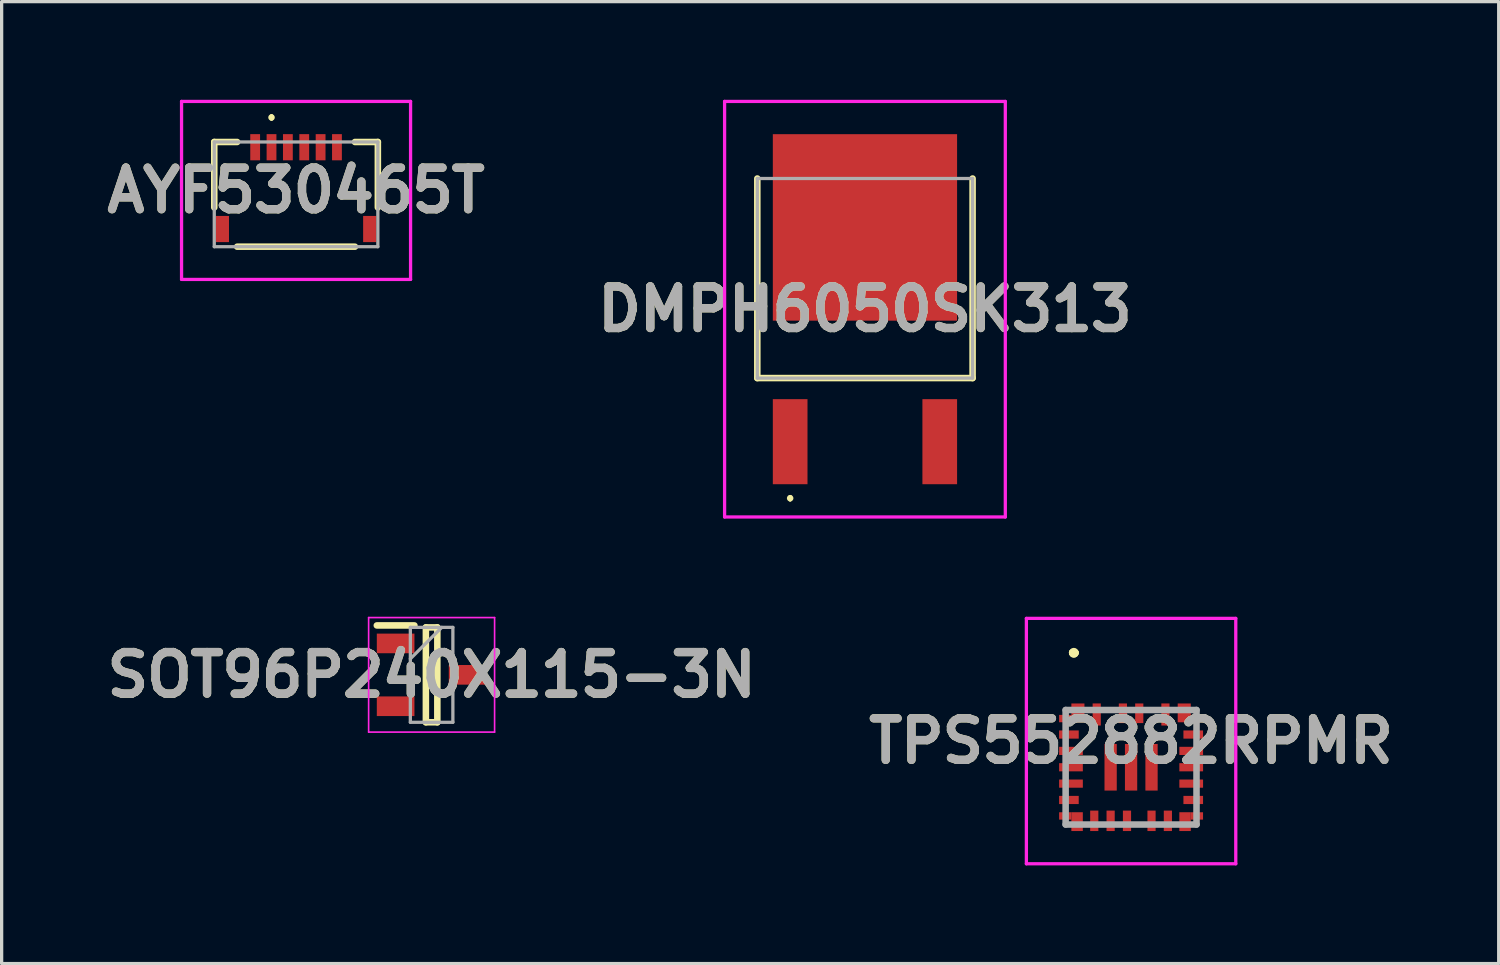
<source format=kicad_pcb>
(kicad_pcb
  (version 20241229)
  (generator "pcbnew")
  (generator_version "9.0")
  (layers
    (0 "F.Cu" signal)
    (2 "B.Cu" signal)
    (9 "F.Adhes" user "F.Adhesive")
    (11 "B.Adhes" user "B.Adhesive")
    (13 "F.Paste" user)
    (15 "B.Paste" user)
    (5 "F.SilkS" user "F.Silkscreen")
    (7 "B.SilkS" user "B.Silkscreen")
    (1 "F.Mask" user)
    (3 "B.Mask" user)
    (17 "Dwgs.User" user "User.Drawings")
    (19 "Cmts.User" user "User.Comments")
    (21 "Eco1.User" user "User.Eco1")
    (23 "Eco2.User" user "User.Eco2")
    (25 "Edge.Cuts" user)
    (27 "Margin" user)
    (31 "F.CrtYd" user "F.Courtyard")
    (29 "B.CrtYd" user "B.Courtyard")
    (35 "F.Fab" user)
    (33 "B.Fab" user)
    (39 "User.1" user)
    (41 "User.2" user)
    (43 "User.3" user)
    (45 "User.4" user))
  (footprint "AYF530465T"
    (layer "F.Cu")
    (at 5.999 2.89)
    (property "Reference" "AYF530465T" (at 0 -0.12 0) (layer "F.SilkS") (effects (font (size 1.27 1.27) (thickness 0.254))))
    (attr smd)
    (fp_line (start -2.5 -1.6) (end -2.5 0.4) (stroke (width 0.2) (type solid)) (layer "F.SilkS"))
    (fp_line (start -1.8 -1.6) (end -2.5 -1.6) (stroke (width 0.2) (type solid)) (layer "F.SilkS"))
    (fp_line (start -1.8 1.6) (end 1.8 1.6) (stroke (width 0.2) (type solid)) (layer "F.SilkS"))
    (fp_line (start -0.75 -2.4) (end -0.75 -2.4) (stroke (width 0.1) (type solid)) (layer "F.SilkS"))
    (fp_line (start -0.75 -2.3) (end -0.75 -2.3) (stroke (width 0.1) (type solid)) (layer "F.SilkS"))
    (fp_line (start 2.5 -1.6) (end 1.8 -1.6) (stroke (width 0.2) (type solid)) (layer "F.SilkS"))
    (fp_line (start 2.5 0.4) (end 2.5 -1.6) (stroke (width 0.2) (type solid)) (layer "F.SilkS"))
    (fp_arc (start -0.75 -2.4) (mid -0.7 -2.35) (end -0.75 -2.3) (stroke (width 0.1) (type solid)) (layer "F.SilkS"))
    (fp_arc (start -0.75 -2.3) (mid -0.8 -2.35) (end -0.75 -2.4) (stroke (width 0.1) (type solid)) (layer "F.SilkS"))
    (fp_line (start -3.5 -2.84) (end 3.5 -2.84) (stroke (width 0.1) (type solid)) (layer "F.CrtYd"))
    (fp_line (start -3.5 2.6) (end -3.5 -2.84) (stroke (width 0.1) (type solid)) (layer "F.CrtYd"))
    (fp_line (start 3.5 -2.84) (end 3.5 2.6) (stroke (width 0.1) (type solid)) (layer "F.CrtYd"))
    (fp_line (start 3.5 2.6) (end -3.5 2.6) (stroke (width 0.1) (type solid)) (layer "F.CrtYd"))
    (fp_line (start -2.5 -1.6) (end -2.5 1.6) (stroke (width 0.1) (type solid)) (layer "F.Fab"))
    (fp_line (start -2.5 1.6) (end 2.5 1.6) (stroke (width 0.1) (type solid)) (layer "F.Fab"))
    (fp_line (start 2.5 -1.6) (end -2.5 -1.6) (stroke (width 0.1) (type solid)) (layer "F.Fab"))
    (fp_line (start 2.5 1.6) (end 2.5 -1.6) (stroke (width 0.1) (type solid)) (layer "F.Fab"))
    (fp_text user "${REFERENCE}" (at 0 -0.12 0) (layer "F.Fab") (effects (font (size 1.27 1.27) (thickness 0.254))))
    (pad "1" smd rect (at -0.75 -1.44) (size 0.3 0.8) (layers "F.Cu" "F.Mask" "F.Paste"))
    (pad "2" smd rect (at -0.25 -1.44) (size 0.3 0.8) (layers "F.Cu" "F.Mask" "F.Paste"))
    (pad "3" smd rect (at 0.25 -1.44) (size 0.3 0.8) (layers "F.Cu" "F.Mask" "F.Paste"))
    (pad "4" smd rect (at 0.75 -1.44) (size 0.3 0.8) (layers "F.Cu" "F.Mask" "F.Paste"))
    (pad "5" smd rect (at -1.25 -1.44) (size 0.3 0.8) (layers "F.Cu" "F.Mask" "F.Paste"))
    (pad "6" smd rect (at 1.25 -1.44) (size 0.3 0.8) (layers "F.Cu" "F.Mask" "F.Paste"))
    (pad "7" smd rect (at -2.25 1.06) (size 0.4 0.8) (layers "F.Cu" "F.Mask" "F.Paste"))
    (pad "8" smd rect (at 2.25 1.06) (size 0.4 0.8) (layers "F.Cu" "F.Mask" "F.Paste")))
  (footprint "DMPH6050SK313"
    (layer "F.Cu")
    (at 23.387 6.428)
    (property "Reference" "DMPH6050SK313" (at 0 -0.027 0) (layer "F.SilkS") (effects (font (size 1.27 1.27) (thickness 0.254))))
    (attr smd)
    (fp_line (start -3.29 -4.022) (end -3.29 2.078) (stroke (width 0.2) (type solid)) (layer "F.SilkS"))
    (fp_line (start -3.29 2.078) (end 3.29 2.078) (stroke (width 0.2) (type solid)) (layer "F.SilkS"))
    (fp_line (start -2.286 5.7) (end -2.286 5.7) (stroke (width 0.1) (type solid)) (layer "F.SilkS"))
    (fp_line (start -2.286 5.8) (end -2.286 5.8) (stroke (width 0.1) (type solid)) (layer "F.SilkS"))
    (fp_line (start 3.29 2.078) (end 3.29 -4.022) (stroke (width 0.2) (type solid)) (layer "F.SilkS"))
    (fp_arc (start -2.286 5.7) (mid -2.236 5.75) (end -2.286 5.8) (stroke (width 0.1) (type solid)) (layer "F.SilkS"))
    (fp_arc (start -2.286 5.8) (mid -2.336 5.75) (end -2.286 5.7) (stroke (width 0.1) (type solid)) (layer "F.SilkS"))
    (fp_line (start -4.29 -6.378) (end 4.29 -6.378) (stroke (width 0.1) (type solid)) (layer "F.CrtYd"))
    (fp_line (start -4.29 6.323) (end -4.29 -6.378) (stroke (width 0.1) (type solid)) (layer "F.CrtYd"))
    (fp_line (start 4.29 -6.378) (end 4.29 6.323) (stroke (width 0.1) (type solid)) (layer "F.CrtYd"))
    (fp_line (start 4.29 6.323) (end -4.29 6.323) (stroke (width 0.1) (type solid)) (layer "F.CrtYd"))
    (fp_line (start -3.29 -4.022) (end 3.29 -4.022) (stroke (width 0.1) (type solid)) (layer "F.Fab"))
    (fp_line (start -3.29 2.078) (end -3.29 -4.022) (stroke (width 0.1) (type solid)) (layer "F.Fab"))
    (fp_line (start 3.29 -4.022) (end 3.29 2.078) (stroke (width 0.1) (type solid)) (layer "F.Fab"))
    (fp_line (start 3.29 2.078) (end -3.29 2.078) (stroke (width 0.1) (type solid)) (layer "F.Fab"))
    (fp_text user "${REFERENCE}" (at 0 -0.027 0) (layer "F.Fab") (effects (font (size 1.27 1.27) (thickness 0.254))))
    (pad "1" smd rect (at -2.286 4.022) (size 1.06 2.6) (layers "F.Cu" "F.Mask" "F.Paste"))
    (pad "2" smd rect (at 0 -2.527) (size 5.632 5.7) (layers "F.Cu" "F.Mask" "F.Paste"))
    (pad "3" smd rect (at 2.286 4.022) (size 1.06 2.6) (layers "F.Cu" "F.Mask" "F.Paste")))
  (footprint "TPS552882RPMR"
    (layer "F.Cu")
    (at 31.521 20.401)
    (property "Reference" "TPS552882RPMR" (at 0 -0.8 0) (layer "F.SilkS") (effects (font (size 1.27 1.27) (thickness 0.254))))
    (attr smd)
    (fp_line (start -1.8 -3.5) (end -1.8 -3.5) (stroke (width 0.2) (type solid)) (layer "F.SilkS"))
    (fp_line (start -1.8 -3.5) (end -1.8 -3.5) (stroke (width 0.2) (type solid)) (layer "F.SilkS"))
    (fp_line (start -1.7 -3.5) (end -1.7 -3.5) (stroke (width 0.2) (type solid)) (layer "F.SilkS"))
    (fp_arc (start -1.8 -3.5) (mid -1.75 -3.55) (end -1.7 -3.5) (stroke (width 0.2) (type solid)) (layer "F.SilkS"))
    (fp_arc (start -1.7 -3.5) (mid -1.75 -3.45) (end -1.8 -3.5) (stroke (width 0.2) (type solid)) (layer "F.SilkS"))
    (fp_arc (start -1.7 -3.5) (mid -1.75 -3.45) (end -1.8 -3.5) (stroke (width 0.2) (type solid)) (layer "F.SilkS"))
    (fp_line (start -3.2 -4.55) (end 3.2 -4.55) (stroke (width 0.1) (type solid)) (layer "F.CrtYd"))
    (fp_line (start -3.2 2.95) (end -3.2 -4.55) (stroke (width 0.1) (type solid)) (layer "F.CrtYd"))
    (fp_line (start 3.2 -4.55) (end 3.2 2.95) (stroke (width 0.1) (type solid)) (layer "F.CrtYd"))
    (fp_line (start 3.2 2.95) (end -3.2 2.95) (stroke (width 0.1) (type solid)) (layer "F.CrtYd"))
    (fp_line (start -2 -1.75) (end -2 1.75) (stroke (width 0.2) (type solid)) (layer "F.Fab"))
    (fp_line (start -2 1.75) (end 2 1.75) (stroke (width 0.2) (type solid)) (layer "F.Fab"))
    (fp_line (start 2 -1.75) (end -2 -1.75) (stroke (width 0.2) (type solid)) (layer "F.Fab"))
    (fp_line (start 2 1.75) (end 2 -1.75) (stroke (width 0.2) (type solid)) (layer "F.Fab"))
    (fp_text user "${REFERENCE}" (at 0 -0.8 0) (layer "F.Fab") (effects (font (size 1.27 1.27) (thickness 0.254))))
    (pad "1" smd rect (at -1.625 -1.662) (size 0.4 0.575) (layers "F.Cu" "F.Mask" "F.Paste"))
    (pad "2" smd rect (at -1.9 -1 90) (size 0.25 0.6) (layers "F.Cu" "F.Mask" "F.Paste"))
    (pad "3" smd rect (at -1.837 -0.5 90) (size 0.25 0.725) (layers "F.Cu" "F.Mask" "F.Paste"))
    (pad "4" smd rect (at -1.837 0 90) (size 0.25 0.725) (layers "F.Cu" "F.Mask" "F.Paste"))
    (pad "5" smd rect (at -1.837 0.5 90) (size 0.25 0.725) (layers "F.Cu" "F.Mask" "F.Paste"))
    (pad "6" smd rect (at -1.9 1 90) (size 0.25 0.6) (layers "F.Cu" "F.Mask" "F.Paste"))
    (pad "7" smd rect (at -1.65 1.662) (size 0.35 0.575) (layers "F.Cu" "F.Mask" "F.Paste"))
    (pad "8" smd rect (at -1.125 1.637) (size 0.25 0.625) (layers "F.Cu" "F.Mask" "F.Paste"))
    (pad "9" smd rect (at -0.625 1.637) (size 0.25 0.625) (layers "F.Cu" "F.Mask" "F.Paste"))
    (pad "10" smd rect (at -0.125 1.637) (size 0.25 0.625) (layers "F.Cu" "F.Mask" "F.Paste"))
    (pad "11" smd rect (at 0.625 1.637) (size 0.25 0.625) (layers "F.Cu" "F.Mask" "F.Paste"))
    (pad "12" smd rect (at 1.125 1.637) (size 0.25 0.625) (layers "F.Cu" "F.Mask" "F.Paste"))
    (pad "13" smd rect (at 1.65 1.662) (size 0.35 0.575) (layers "F.Cu" "F.Mask" "F.Paste"))
    (pad "14" smd rect (at 1.9 1 90) (size 0.25 0.6) (layers "F.Cu" "F.Mask" "F.Paste"))
    (pad "15" smd rect (at 1.838 0.5 90) (size 0.25 0.725) (layers "F.Cu" "F.Mask" "F.Paste"))
    (pad "16" smd rect (at 1.838 0 90) (size 0.25 0.725) (layers "F.Cu" "F.Mask" "F.Paste"))
    (pad "17" smd rect (at 1.838 -0.5 90) (size 0.25 0.725) (layers "F.Cu" "F.Mask" "F.Paste"))
    (pad "18" smd rect (at 1.9 -1 90) (size 0.25 0.6) (layers "F.Cu" "F.Mask" "F.Paste"))
    (pad "19" smd rect (at 1.625 -1.662) (size 0.4 0.575) (layers "F.Cu" "F.Mask" "F.Paste"))
    (pad "20" smd rect (at 1.05 -1.613) (size 0.25 0.675) (layers "F.Cu" "F.Mask" "F.Paste"))
    (pad "21" smd rect (at 0.25 -1.65) (size 0.25 0.6) (layers "F.Cu" "F.Mask" "F.Paste"))
    (pad "22" smd rect (at -0.25 -1.65) (size 0.25 0.6) (layers "F.Cu" "F.Mask" "F.Paste"))
    (pad "23" smd rect (at -1.05 -1.613) (size 0.25 0.675) (layers "F.Cu" "F.Mask" "F.Paste"))
    (pad "24" smd rect (at -0.625 0) (size 0.375 1.425) (layers "F.Cu" "F.Mask" "F.Paste"))
    (pad "25" smd rect (at 0 0) (size 0.375 1.425) (layers "F.Cu" "F.Mask" "F.Paste"))
    (pad "26" smd rect (at 0.625 0) (size 0.375 1.425) (layers "F.Cu" "F.Mask" "F.Paste"))
    (pad "27" smd rect (at -2.012 -1.488 90) (size 0.225 0.375) (layers "F.Cu" "F.Mask" "F.Paste"))
    (pad "28" smd rect (at -2.012 1.488 90) (size 0.225 0.375) (layers "F.Cu" "F.Mask" "F.Paste"))
    (pad "29" smd rect (at 2.012 1.488 90) (size 0.225 0.375) (layers "F.Cu" "F.Mask" "F.Paste"))
    (pad "30" smd rect (at 2.012 -1.488 90) (size 0.225 0.375) (layers "F.Cu" "F.Mask" "F.Paste")))
  (footprint "SOT96P240X115-3N"
    (layer "F.Cu")
    (at 10.142 17.576)
    (property "Reference" "SOT96P240X115-3N" (at 0 0 0) (layer "F.SilkS") (effects (font (size 1.27 1.27) (thickness 0.254))))
    (attr smd)
    (fp_line (start -1.675 -1.51) (end -0.525 -1.51) (stroke (width 0.2) (type solid)) (layer "F.SilkS"))
    (fp_line (start -0.175 -1.45) (end 0.175 -1.45) (stroke (width 0.2) (type solid)) (layer "F.SilkS"))
    (fp_line (start -0.175 1.45) (end -0.175 -1.45) (stroke (width 0.2) (type solid)) (layer "F.SilkS"))
    (fp_line (start 0.175 -1.45) (end 0.175 1.45) (stroke (width 0.2) (type solid)) (layer "F.SilkS"))
    (fp_line (start 0.175 1.45) (end -0.175 1.45) (stroke (width 0.2) (type solid)) (layer "F.SilkS"))
    (fp_line (start -1.925 -1.75) (end 1.925 -1.75) (stroke (width 0.05) (type solid)) (layer "F.CrtYd"))
    (fp_line (start -1.925 1.75) (end -1.925 -1.75) (stroke (width 0.05) (type solid)) (layer "F.CrtYd"))
    (fp_line (start 1.925 -1.75) (end 1.925 1.75) (stroke (width 0.05) (type solid)) (layer "F.CrtYd"))
    (fp_line (start 1.925 1.75) (end -1.925 1.75) (stroke (width 0.05) (type solid)) (layer "F.CrtYd"))
    (fp_line (start -0.65 -1.45) (end 0.65 -1.45) (stroke (width 0.1) (type solid)) (layer "F.Fab"))
    (fp_line (start -0.65 -0.49) (end 0.31 -1.45) (stroke (width 0.1) (type solid)) (layer "F.Fab"))
    (fp_line (start -0.65 1.45) (end -0.65 -1.45) (stroke (width 0.1) (type solid)) (layer "F.Fab"))
    (fp_line (start 0.65 -1.45) (end 0.65 1.45) (stroke (width 0.1) (type solid)) (layer "F.Fab"))
    (fp_line (start 0.65 1.45) (end -0.65 1.45) (stroke (width 0.1) (type solid)) (layer "F.Fab"))
    (fp_text user "${REFERENCE}" (at 0 0 0) (layer "F.Fab") (effects (font (size 1.27 1.27) (thickness 0.254))))
    (pad "1" smd rect (at -1.1 -0.96 90) (size 0.6 1.15) (layers "F.Cu" "F.Mask" "F.Paste"))
    (pad "2" smd rect (at -1.1 0.96 90) (size 0.6 1.15) (layers "F.Cu" "F.Mask" "F.Paste"))
    (pad "3" smd rect (at 1.1 0 90) (size 0.6 1.15) (layers "F.Cu" "F.Mask" "F.Paste")))
  (gr_rect
    (start -3 -3)
    (end 42.757 26.401)
    (stroke (width 0.1) (type default))
    (fill no)
    (layer "Edge.Cuts")))
</source>
